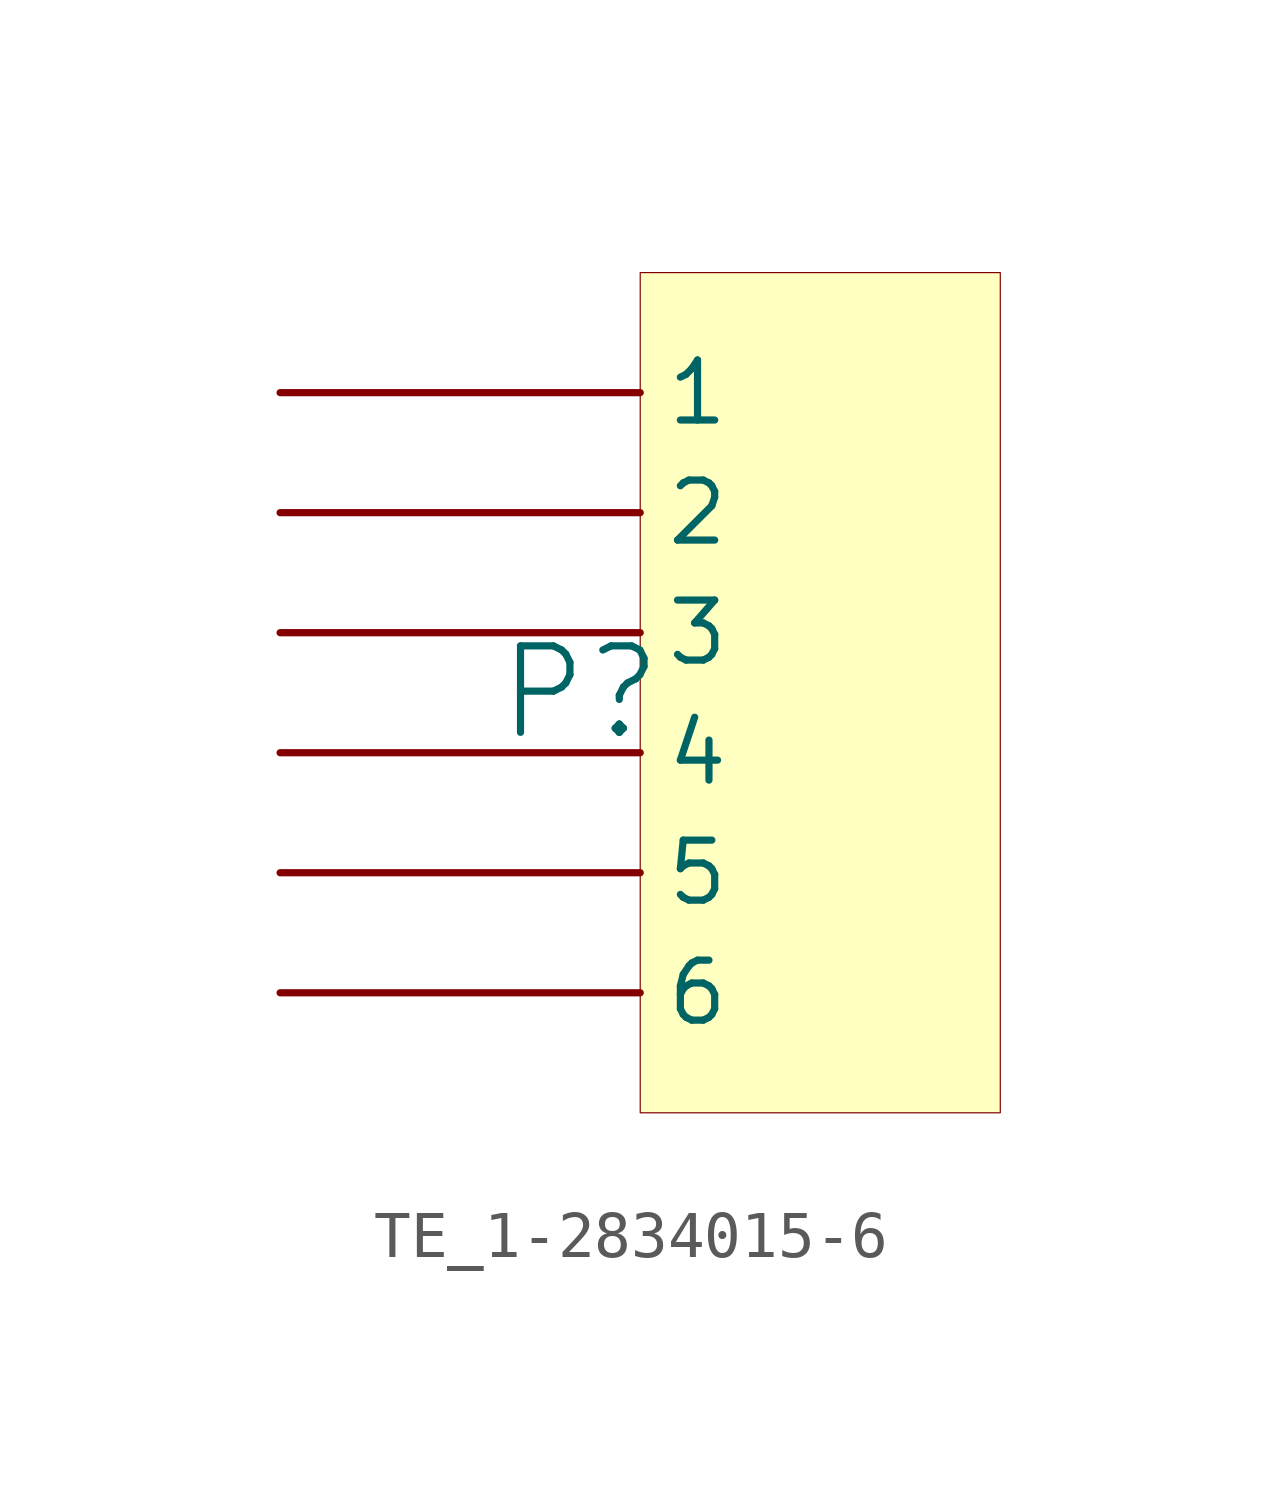
<source format=kicad_sym>
(kicad_symbol_lib
  (version 20241209)
  (generator "kicad_symbol_editor")
  (generator_version "9.0")
  (symbol "TE_1-2834015-6"
    (pin_numbers
      (hide yes))
    (property "Reference" "P"
      (at -1.27 1.27 0)
      (effects (font (size 1.829 1.829))))
    (symbol "TE_1-2834015-6_1_0"
      (rectangle (start 7.62 10.16) (end 0 -7.62) (stroke (width 0.025) (type solid) (color 128 0 0 1)) (fill (type background)))
      (pin passive line (at -7.62 7.62 0) (length 7.62) (name "1" (effects (font (size 1.27 1.27)))) (number "1" (effects (font (size 1.27 1.27)))))
      (pin passive line (at -7.62 5.08 0) (length 7.62) (name "2" (effects (font (size 1.27 1.27)))) (number "2" (effects (font (size 1.27 1.27)))))
      (pin passive line (at -7.62 2.54 0) (length 7.62) (name "3" (effects (font (size 1.27 1.27)))) (number "3" (effects (font (size 1.27 1.27)))))
      (pin passive line (at -7.62 0 0) (length 7.62) (name "4" (effects (font (size 1.27 1.27)))) (number "4" (effects (font (size 1.27 1.27)))))
      (pin passive line (at -7.62 -2.54 0) (length 7.62) (name "5" (effects (font (size 1.27 1.27)))) (number "5" (effects (font (size 1.27 1.27)))))
      (pin passive line (at -7.62 -5.08 0) (length 7.62) (name "6" (effects (font (size 1.27 1.27)))) (number "6" (effects (font (size 1.27 1.27))))))))
</source>
